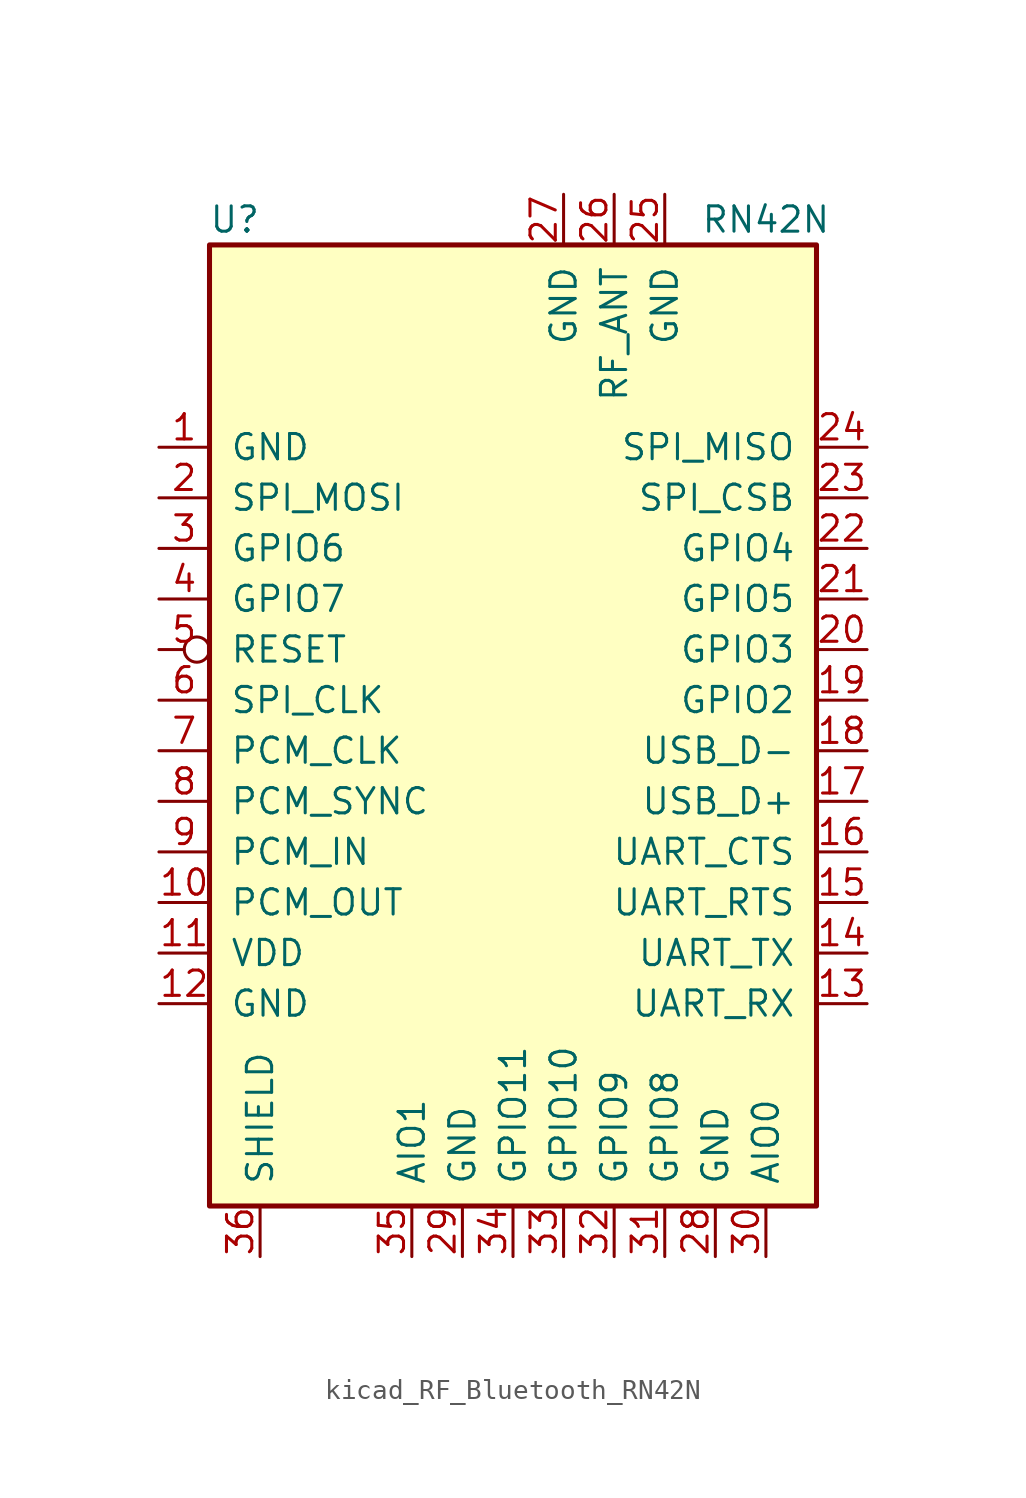
<source format=kicad_sym>
(kicad_symbol_lib
  (version 20220914)
  (generator kicad_symbol_editor)
  (symbol "kicad_RF_Bluetooth_RN42N"
    (pin_names
      (offset 1.016))
    (property "Reference" "U"
      (at -13.97 26.67 0)
      (effects (font (size 1.27 1.27))))
    (property "Value" "RN42N"
      (at 12.7 26.67 0)
      (effects (font (size 1.27 1.27))))
    (symbol "kicad_RF_Bluetooth_RN42N_0_1"
      (rectangle (start -15.24 25.4) (end 15.24 -22.86) (stroke (width 0.254) (type default)) (fill (type background))))
    (symbol "kicad_RF_Bluetooth_RN42N_1_1"
      (pin power_in line (at -17.78 15.24 0) (length 2.54) (name "GND" (effects (font (size 1.27 1.27)))) (number "1" (effects (font (size 1.27 1.27)))))
      (pin output line (at -17.78 -7.62 0) (length 2.54) (name "PCM_OUT" (effects (font (size 1.27 1.27)))) (number "10" (effects (font (size 1.27 1.27)))))
      (pin power_in line (at -17.78 -10.16 0) (length 2.54) (name "VDD" (effects (font (size 1.27 1.27)))) (number "11" (effects (font (size 1.27 1.27)))))
      (pin power_in line (at -17.78 -12.7 0) (length 2.54) (name "GND" (effects (font (size 1.27 1.27)))) (number "12" (effects (font (size 1.27 1.27)))))
      (pin input line (at 17.78 -12.7 180) (length 2.54) (name "UART_RX" (effects (font (size 1.27 1.27)))) (number "13" (effects (font (size 1.27 1.27)))))
      (pin output line (at 17.78 -10.16 180) (length 2.54) (name "UART_TX" (effects (font (size 1.27 1.27)))) (number "14" (effects (font (size 1.27 1.27)))))
      (pin output line (at 17.78 -7.62 180) (length 2.54) (name "UART_RTS" (effects (font (size 1.27 1.27)))) (number "15" (effects (font (size 1.27 1.27)))))
      (pin input line (at 17.78 -5.08 180) (length 2.54) (name "UART_CTS" (effects (font (size 1.27 1.27)))) (number "16" (effects (font (size 1.27 1.27)))))
      (pin bidirectional line (at 17.78 -2.54 180) (length 2.54) (name "USB_D+" (effects (font (size 1.27 1.27)))) (number "17" (effects (font (size 1.27 1.27)))))
      (pin bidirectional line (at 17.78 0 180) (length 2.54) (name "USB_D-" (effects (font (size 1.27 1.27)))) (number "18" (effects (font (size 1.27 1.27)))))
      (pin bidirectional line (at 17.78 2.54 180) (length 2.54) (name "GPIO2" (effects (font (size 1.27 1.27)))) (number "19" (effects (font (size 1.27 1.27)))))
      (pin input line (at -17.78 12.7 0) (length 2.54) (name "SPI_MOSI" (effects (font (size 1.27 1.27)))) (number "2" (effects (font (size 1.27 1.27)))))
      (pin input line (at 17.78 5.08 180) (length 2.54) (name "GPIO3" (effects (font (size 1.27 1.27)))) (number "20" (effects (font (size 1.27 1.27)))))
      (pin bidirectional line (at 17.78 7.62 180) (length 2.54) (name "GPIO5" (effects (font (size 1.27 1.27)))) (number "21" (effects (font (size 1.27 1.27)))))
      (pin bidirectional line (at 17.78 10.16 180) (length 2.54) (name "GPIO4" (effects (font (size 1.27 1.27)))) (number "22" (effects (font (size 1.27 1.27)))))
      (pin input line (at 17.78 12.7 180) (length 2.54) (name "SPI_CSB" (effects (font (size 1.27 1.27)))) (number "23" (effects (font (size 1.27 1.27)))))
      (pin output line (at 17.78 15.24 180) (length 2.54) (name "SPI_MISO" (effects (font (size 1.27 1.27)))) (number "24" (effects (font (size 1.27 1.27)))))
      (pin power_in line (at 7.62 27.94 270) (length 2.54) (name "GND" (effects (font (size 1.27 1.27)))) (number "25" (effects (font (size 1.27 1.27)))))
      (pin bidirectional line (at 5.08 27.94 270) (length 2.54) (name "RF_ANT" (effects (font (size 1.27 1.27)))) (number "26" (effects (font (size 1.27 1.27)))))
      (pin power_in line (at 2.54 27.94 270) (length 2.54) (name "GND" (effects (font (size 1.27 1.27)))) (number "27" (effects (font (size 1.27 1.27)))))
      (pin power_in line (at 10.16 -25.4 90) (length 2.54) (name "GND" (effects (font (size 1.27 1.27)))) (number "28" (effects (font (size 1.27 1.27)))))
      (pin power_in line (at -2.54 -25.4 90) (length 2.54) (name "GND" (effects (font (size 1.27 1.27)))) (number "29" (effects (font (size 1.27 1.27)))))
      (pin input line (at -17.78 10.16 0) (length 2.54) (name "GPIO6" (effects (font (size 1.27 1.27)))) (number "3" (effects (font (size 1.27 1.27)))))
      (pin input line (at 12.7 -25.4 90) (length 2.54) (name "AIO0" (effects (font (size 1.27 1.27)))) (number "30" (effects (font (size 1.27 1.27)))))
      (pin output line (at 7.62 -25.4 90) (length 2.54) (name "GPIO8" (effects (font (size 1.27 1.27)))) (number "31" (effects (font (size 1.27 1.27)))))
      (pin bidirectional line (at 5.08 -25.4 90) (length 2.54) (name "GPIO9" (effects (font (size 1.27 1.27)))) (number "32" (effects (font (size 1.27 1.27)))))
      (pin bidirectional line (at 2.54 -25.4 90) (length 2.54) (name "GPIO10" (effects (font (size 1.27 1.27)))) (number "33" (effects (font (size 1.27 1.27)))))
      (pin bidirectional line (at 0 -25.4 90) (length 2.54) (name "GPIO11" (effects (font (size 1.27 1.27)))) (number "34" (effects (font (size 1.27 1.27)))))
      (pin input line (at -5.08 -25.4 90) (length 2.54) (name "AIO1" (effects (font (size 1.27 1.27)))) (number "35" (effects (font (size 1.27 1.27)))))
      (pin input line (at -12.7 -25.4 90) (length 2.54) (name "SHIELD" (effects (font (size 1.27 1.27)))) (number "36" (effects (font (size 1.27 1.27)))))
      (pin bidirectional line (at -17.78 7.62 0) (length 2.54) (name "GPIO7" (effects (font (size 1.27 1.27)))) (number "4" (effects (font (size 1.27 1.27)))))
      (pin input inverted (at -17.78 5.08 0) (length 2.54) (name "RESET" (effects (font (size 1.27 1.27)))) (number "5" (effects (font (size 1.27 1.27)))))
      (pin input line (at -17.78 2.54 0) (length 2.54) (name "SPI_CLK" (effects (font (size 1.27 1.27)))) (number "6" (effects (font (size 1.27 1.27)))))
      (pin bidirectional line (at -17.78 0 0) (length 2.54) (name "PCM_CLK" (effects (font (size 1.27 1.27)))) (number "7" (effects (font (size 1.27 1.27)))))
      (pin bidirectional line (at -17.78 -2.54 0) (length 2.54) (name "PCM_SYNC" (effects (font (size 1.27 1.27)))) (number "8" (effects (font (size 1.27 1.27)))))
      (pin input line (at -17.78 -5.08 0) (length 2.54) (name "PCM_IN" (effects (font (size 1.27 1.27)))) (number "9" (effects (font (size 1.27 1.27))))))))
</source>
